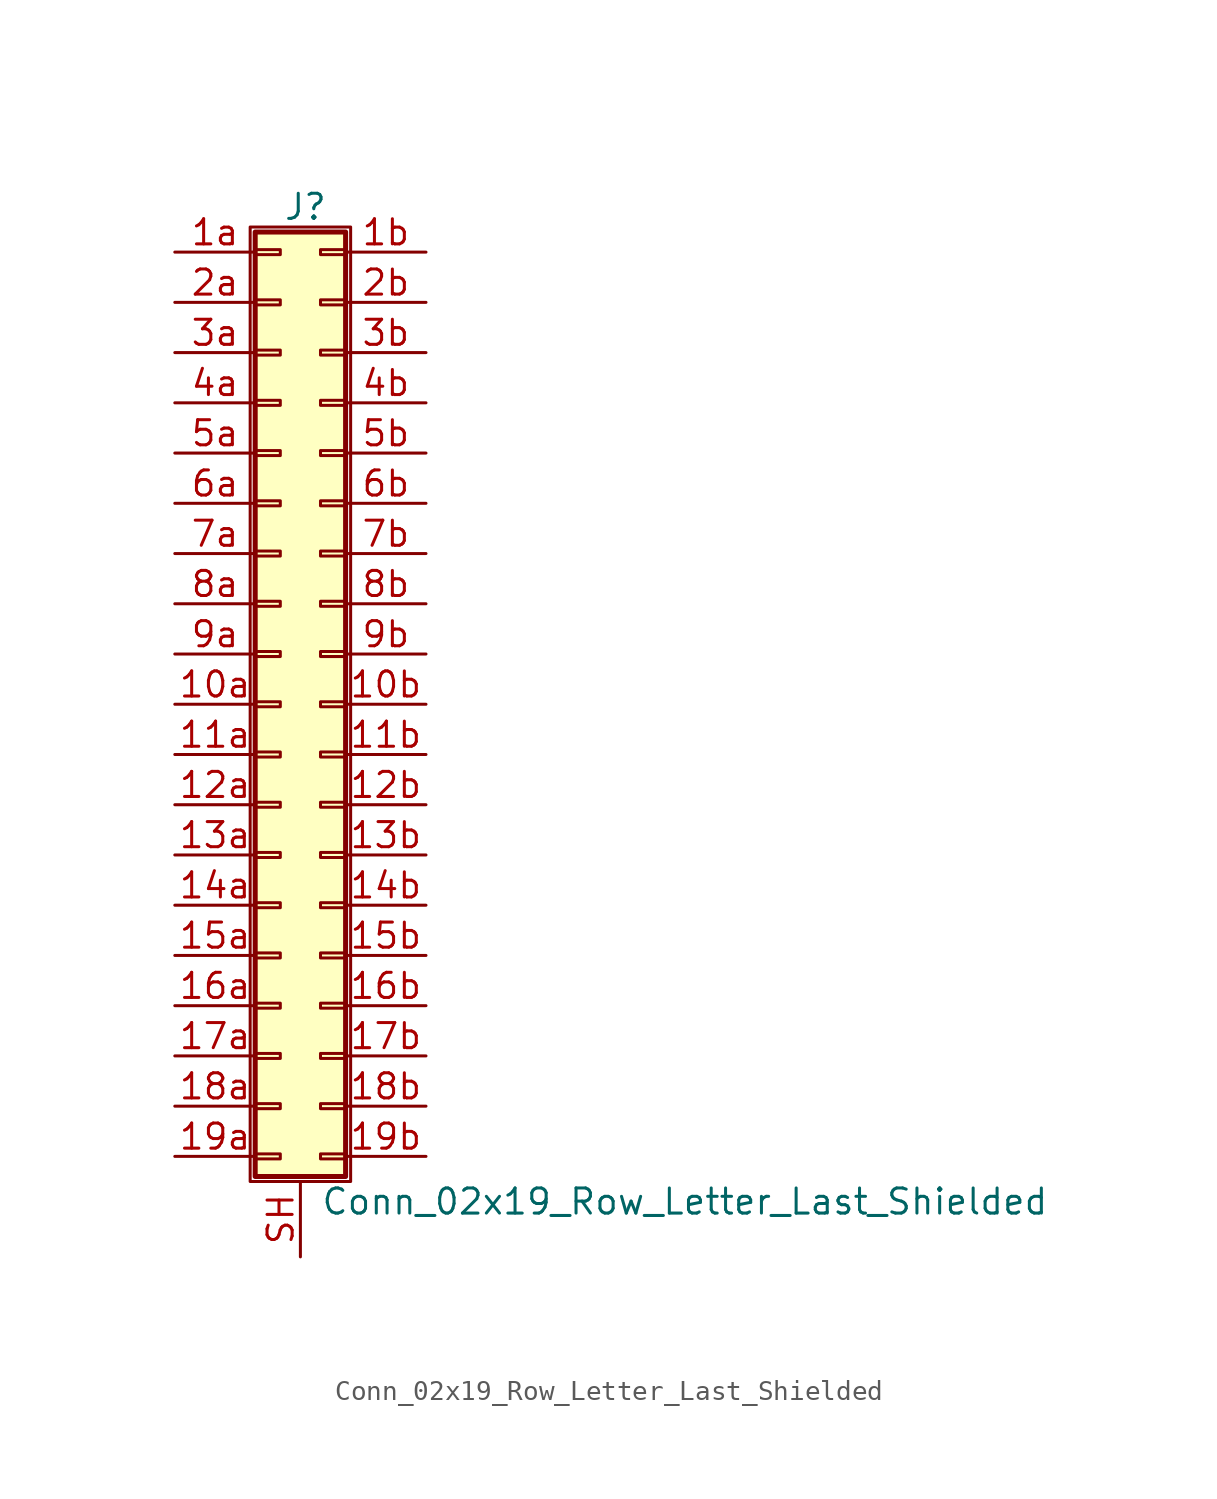
<source format=kicad_sym>
(kicad_symbol_lib
  (version 20211014)
  (generator kicad_symbol_editor)
  (symbol "Conn_02x19_Row_Letter_Last_Shielded"
    (pin_names
      (offset 1.016) hide)
    (property "Reference" "J"
      (at 1.524 25.146 0)
      (effects (font (size 1.27 1.27))))
    (property "Value" "Conn_02x19_Row_Letter_Last_Shielded"
      (at 2.286 -25.146 0)
      (effects (font (size 1.27 1.27)) (justify left)))
    (symbol "Conn_02x19_Row_Letter_Last_Shielded_1_1"
      (rectangle (start -1.27 24.13) (end 3.81 -24.13) (stroke (width 0.152) (type default) (color 0 0 0 0)) (fill (type none)))
      (rectangle (start -1.016 -22.733) (end 0.254 -22.987) (stroke (width 0.152) (type default) (color 0 0 0 0)) (fill (type none)))
      (rectangle (start -1.016 -20.193) (end 0.254 -20.447) (stroke (width 0.152) (type default) (color 0 0 0 0)) (fill (type none)))
      (rectangle (start -1.016 -17.653) (end 0.254 -17.907) (stroke (width 0.152) (type default) (color 0 0 0 0)) (fill (type none)))
      (rectangle (start -1.016 -15.113) (end 0.254 -15.367) (stroke (width 0.152) (type default) (color 0 0 0 0)) (fill (type none)))
      (rectangle (start -1.016 -12.573) (end 0.254 -12.827) (stroke (width 0.152) (type default) (color 0 0 0 0)) (fill (type none)))
      (rectangle (start -1.016 -10.033) (end 0.254 -10.287) (stroke (width 0.152) (type default) (color 0 0 0 0)) (fill (type none)))
      (rectangle (start -1.016 -7.493) (end 0.254 -7.747) (stroke (width 0.152) (type default) (color 0 0 0 0)) (fill (type none)))
      (rectangle (start -1.016 -4.953) (end 0.254 -5.207) (stroke (width 0.152) (type default) (color 0 0 0 0)) (fill (type none)))
      (rectangle (start -1.016 -2.413) (end 0.254 -2.667) (stroke (width 0.152) (type default) (color 0 0 0 0)) (fill (type none)))
      (rectangle (start -1.016 0.127) (end 0.254 -0.127) (stroke (width 0.152) (type default) (color 0 0 0 0)) (fill (type none)))
      (rectangle (start -1.016 2.667) (end 0.254 2.413) (stroke (width 0.152) (type default) (color 0 0 0 0)) (fill (type none)))
      (rectangle (start -1.016 5.207) (end 0.254 4.953) (stroke (width 0.152) (type default) (color 0 0 0 0)) (fill (type none)))
      (rectangle (start -1.016 7.747) (end 0.254 7.493) (stroke (width 0.152) (type default) (color 0 0 0 0)) (fill (type none)))
      (rectangle (start -1.016 10.287) (end 0.254 10.033) (stroke (width 0.152) (type default) (color 0 0 0 0)) (fill (type none)))
      (rectangle (start -1.016 12.827) (end 0.254 12.573) (stroke (width 0.152) (type default) (color 0 0 0 0)) (fill (type none)))
      (rectangle (start -1.016 15.367) (end 0.254 15.113) (stroke (width 0.152) (type default) (color 0 0 0 0)) (fill (type none)))
      (rectangle (start -1.016 17.907) (end 0.254 17.653) (stroke (width 0.152) (type default) (color 0 0 0 0)) (fill (type none)))
      (rectangle (start -1.016 20.447) (end 0.254 20.193) (stroke (width 0.152) (type default) (color 0 0 0 0)) (fill (type none)))
      (rectangle (start -1.016 22.987) (end 0.254 22.733) (stroke (width 0.152) (type default) (color 0 0 0 0)) (fill (type none)))
      (rectangle (start -1.016 23.876) (end 3.556 -23.876) (stroke (width 0.254) (type default) (color 0 0 0 0)) (fill (type background)))
      (rectangle (start 3.556 -22.733) (end 2.286 -22.987) (stroke (width 0.152) (type default) (color 0 0 0 0)) (fill (type none)))
      (rectangle (start 3.556 -20.193) (end 2.286 -20.447) (stroke (width 0.152) (type default) (color 0 0 0 0)) (fill (type none)))
      (rectangle (start 3.556 -17.653) (end 2.286 -17.907) (stroke (width 0.152) (type default) (color 0 0 0 0)) (fill (type none)))
      (rectangle (start 3.556 -15.113) (end 2.286 -15.367) (stroke (width 0.152) (type default) (color 0 0 0 0)) (fill (type none)))
      (rectangle (start 3.556 -12.573) (end 2.286 -12.827) (stroke (width 0.152) (type default) (color 0 0 0 0)) (fill (type none)))
      (rectangle (start 3.556 -10.033) (end 2.286 -10.287) (stroke (width 0.152) (type default) (color 0 0 0 0)) (fill (type none)))
      (rectangle (start 3.556 -7.493) (end 2.286 -7.747) (stroke (width 0.152) (type default) (color 0 0 0 0)) (fill (type none)))
      (rectangle (start 3.556 -4.953) (end 2.286 -5.207) (stroke (width 0.152) (type default) (color 0 0 0 0)) (fill (type none)))
      (rectangle (start 3.556 -2.413) (end 2.286 -2.667) (stroke (width 0.152) (type default) (color 0 0 0 0)) (fill (type none)))
      (rectangle (start 3.556 0.127) (end 2.286 -0.127) (stroke (width 0.152) (type default) (color 0 0 0 0)) (fill (type none)))
      (rectangle (start 3.556 2.667) (end 2.286 2.413) (stroke (width 0.152) (type default) (color 0 0 0 0)) (fill (type none)))
      (rectangle (start 3.556 5.207) (end 2.286 4.953) (stroke (width 0.152) (type default) (color 0 0 0 0)) (fill (type none)))
      (rectangle (start 3.556 7.747) (end 2.286 7.493) (stroke (width 0.152) (type default) (color 0 0 0 0)) (fill (type none)))
      (rectangle (start 3.556 10.287) (end 2.286 10.033) (stroke (width 0.152) (type default) (color 0 0 0 0)) (fill (type none)))
      (rectangle (start 3.556 12.827) (end 2.286 12.573) (stroke (width 0.152) (type default) (color 0 0 0 0)) (fill (type none)))
      (rectangle (start 3.556 15.367) (end 2.286 15.113) (stroke (width 0.152) (type default) (color 0 0 0 0)) (fill (type none)))
      (rectangle (start 3.556 17.907) (end 2.286 17.653) (stroke (width 0.152) (type default) (color 0 0 0 0)) (fill (type none)))
      (rectangle (start 3.556 20.447) (end 2.286 20.193) (stroke (width 0.152) (type default) (color 0 0 0 0)) (fill (type none)))
      (rectangle (start 3.556 22.987) (end 2.286 22.733) (stroke (width 0.152) (type default) (color 0 0 0 0)) (fill (type none)))
      (pin passive line (at -5.08 0 0) (length 4.064) (name "Pin_10a" (effects (font (size 1.27 1.27)))) (number "10a" (effects (font (size 1.27 1.27)))))
      (pin passive line (at 7.62 0 180) (length 4.064) (name "Pin_10b" (effects (font (size 1.27 1.27)))) (number "10b" (effects (font (size 1.27 1.27)))))
      (pin passive line (at -5.08 -2.54 0) (length 4.064) (name "Pin_11a" (effects (font (size 1.27 1.27)))) (number "11a" (effects (font (size 1.27 1.27)))))
      (pin passive line (at 7.62 -2.54 180) (length 4.064) (name "Pin_11b" (effects (font (size 1.27 1.27)))) (number "11b" (effects (font (size 1.27 1.27)))))
      (pin passive line (at -5.08 -5.08 0) (length 4.064) (name "Pin_12a" (effects (font (size 1.27 1.27)))) (number "12a" (effects (font (size 1.27 1.27)))))
      (pin passive line (at 7.62 -5.08 180) (length 4.064) (name "Pin_12b" (effects (font (size 1.27 1.27)))) (number "12b" (effects (font (size 1.27 1.27)))))
      (pin passive line (at -5.08 -7.62 0) (length 4.064) (name "Pin_13a" (effects (font (size 1.27 1.27)))) (number "13a" (effects (font (size 1.27 1.27)))))
      (pin passive line (at 7.62 -7.62 180) (length 4.064) (name "Pin_13b" (effects (font (size 1.27 1.27)))) (number "13b" (effects (font (size 1.27 1.27)))))
      (pin passive line (at -5.08 -10.16 0) (length 4.064) (name "Pin_14a" (effects (font (size 1.27 1.27)))) (number "14a" (effects (font (size 1.27 1.27)))))
      (pin passive line (at 7.62 -10.16 180) (length 4.064) (name "Pin_14b" (effects (font (size 1.27 1.27)))) (number "14b" (effects (font (size 1.27 1.27)))))
      (pin passive line (at -5.08 -12.7 0) (length 4.064) (name "Pin_15a" (effects (font (size 1.27 1.27)))) (number "15a" (effects (font (size 1.27 1.27)))))
      (pin passive line (at 7.62 -12.7 180) (length 4.064) (name "Pin_15b" (effects (font (size 1.27 1.27)))) (number "15b" (effects (font (size 1.27 1.27)))))
      (pin passive line (at -5.08 -15.24 0) (length 4.064) (name "Pin_16a" (effects (font (size 1.27 1.27)))) (number "16a" (effects (font (size 1.27 1.27)))))
      (pin passive line (at 7.62 -15.24 180) (length 4.064) (name "Pin_16b" (effects (font (size 1.27 1.27)))) (number "16b" (effects (font (size 1.27 1.27)))))
      (pin passive line (at -5.08 -17.78 0) (length 4.064) (name "Pin_17a" (effects (font (size 1.27 1.27)))) (number "17a" (effects (font (size 1.27 1.27)))))
      (pin passive line (at 7.62 -17.78 180) (length 4.064) (name "Pin_17b" (effects (font (size 1.27 1.27)))) (number "17b" (effects (font (size 1.27 1.27)))))
      (pin passive line (at -5.08 -20.32 0) (length 4.064) (name "Pin_18a" (effects (font (size 1.27 1.27)))) (number "18a" (effects (font (size 1.27 1.27)))))
      (pin passive line (at 7.62 -20.32 180) (length 4.064) (name "Pin_18b" (effects (font (size 1.27 1.27)))) (number "18b" (effects (font (size 1.27 1.27)))))
      (pin passive line (at -5.08 -22.86 0) (length 4.064) (name "Pin_19a" (effects (font (size 1.27 1.27)))) (number "19a" (effects (font (size 1.27 1.27)))))
      (pin passive line (at 7.62 -22.86 180) (length 4.064) (name "Pin_19b" (effects (font (size 1.27 1.27)))) (number "19b" (effects (font (size 1.27 1.27)))))
      (pin passive line (at -5.08 22.86 0) (length 4.064) (name "Pin_1a" (effects (font (size 1.27 1.27)))) (number "1a" (effects (font (size 1.27 1.27)))))
      (pin passive line (at 7.62 22.86 180) (length 4.064) (name "Pin_1b" (effects (font (size 1.27 1.27)))) (number "1b" (effects (font (size 1.27 1.27)))))
      (pin passive line (at -5.08 20.32 0) (length 4.064) (name "Pin_2a" (effects (font (size 1.27 1.27)))) (number "2a" (effects (font (size 1.27 1.27)))))
      (pin passive line (at 7.62 20.32 180) (length 4.064) (name "Pin_2b" (effects (font (size 1.27 1.27)))) (number "2b" (effects (font (size 1.27 1.27)))))
      (pin passive line (at -5.08 17.78 0) (length 4.064) (name "Pin_3a" (effects (font (size 1.27 1.27)))) (number "3a" (effects (font (size 1.27 1.27)))))
      (pin passive line (at 7.62 17.78 180) (length 4.064) (name "Pin_3b" (effects (font (size 1.27 1.27)))) (number "3b" (effects (font (size 1.27 1.27)))))
      (pin passive line (at -5.08 15.24 0) (length 4.064) (name "Pin_4a" (effects (font (size 1.27 1.27)))) (number "4a" (effects (font (size 1.27 1.27)))))
      (pin passive line (at 7.62 15.24 180) (length 4.064) (name "Pin_4b" (effects (font (size 1.27 1.27)))) (number "4b" (effects (font (size 1.27 1.27)))))
      (pin passive line (at -5.08 12.7 0) (length 4.064) (name "Pin_5a" (effects (font (size 1.27 1.27)))) (number "5a" (effects (font (size 1.27 1.27)))))
      (pin passive line (at 7.62 12.7 180) (length 4.064) (name "Pin_5b" (effects (font (size 1.27 1.27)))) (number "5b" (effects (font (size 1.27 1.27)))))
      (pin passive line (at -5.08 10.16 0) (length 4.064) (name "Pin_6a" (effects (font (size 1.27 1.27)))) (number "6a" (effects (font (size 1.27 1.27)))))
      (pin passive line (at 7.62 10.16 180) (length 4.064) (name "Pin_6b" (effects (font (size 1.27 1.27)))) (number "6b" (effects (font (size 1.27 1.27)))))
      (pin passive line (at -5.08 7.62 0) (length 4.064) (name "Pin_7a" (effects (font (size 1.27 1.27)))) (number "7a" (effects (font (size 1.27 1.27)))))
      (pin passive line (at 7.62 7.62 180) (length 4.064) (name "Pin_7b" (effects (font (size 1.27 1.27)))) (number "7b" (effects (font (size 1.27 1.27)))))
      (pin passive line (at -5.08 5.08 0) (length 4.064) (name "Pin_8a" (effects (font (size 1.27 1.27)))) (number "8a" (effects (font (size 1.27 1.27)))))
      (pin passive line (at 7.62 5.08 180) (length 4.064) (name "Pin_8b" (effects (font (size 1.27 1.27)))) (number "8b" (effects (font (size 1.27 1.27)))))
      (pin passive line (at -5.08 2.54 0) (length 4.064) (name "Pin_9a" (effects (font (size 1.27 1.27)))) (number "9a" (effects (font (size 1.27 1.27)))))
      (pin passive line (at 7.62 2.54 180) (length 4.064) (name "Pin_9b" (effects (font (size 1.27 1.27)))) (number "9b" (effects (font (size 1.27 1.27)))))
      (pin passive line (at 1.27 -27.94 90) (length 3.81) (name "Shield" (effects (font (size 1.27 1.27)))) (number "SH" (effects (font (size 1.27 1.27))))))))
</source>
